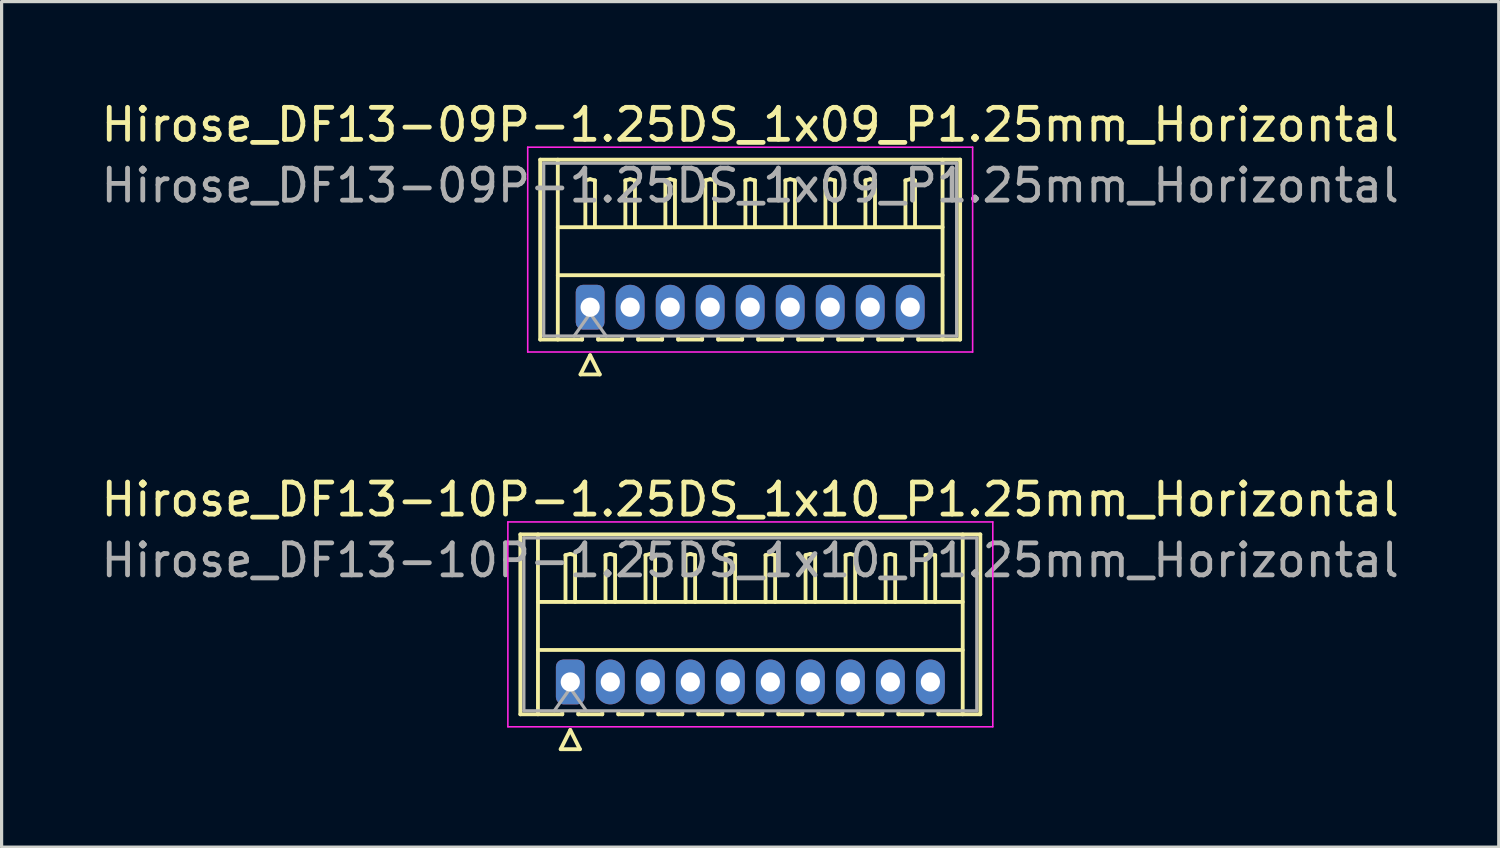
<source format=kicad_pcb>
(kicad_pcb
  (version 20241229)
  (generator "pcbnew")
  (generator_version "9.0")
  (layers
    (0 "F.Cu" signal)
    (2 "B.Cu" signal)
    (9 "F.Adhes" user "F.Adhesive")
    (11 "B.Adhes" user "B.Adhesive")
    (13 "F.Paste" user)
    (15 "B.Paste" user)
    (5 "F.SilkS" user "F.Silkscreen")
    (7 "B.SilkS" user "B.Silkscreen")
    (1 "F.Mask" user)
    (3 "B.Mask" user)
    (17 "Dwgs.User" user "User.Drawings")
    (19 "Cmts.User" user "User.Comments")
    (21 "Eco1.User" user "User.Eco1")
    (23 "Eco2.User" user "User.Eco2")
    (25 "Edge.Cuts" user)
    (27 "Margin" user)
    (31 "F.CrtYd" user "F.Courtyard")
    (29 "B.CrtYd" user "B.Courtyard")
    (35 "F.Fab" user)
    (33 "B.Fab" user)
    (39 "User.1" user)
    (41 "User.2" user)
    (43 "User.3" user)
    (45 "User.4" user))
  (footprint "Hirose_DF13-10P-1.25DS_1x10_P1.25mm_Horizontal"
    (layer "F.Cu")
    (at 14.767 18.256)
    (property "Reference" "Hirose_DF13-10P-1.25DS_1x10_P1.25mm_Horizontal" (at 5.62 -5.7 0) (layer "F.SilkS") (effects (font (size 1 1) (thickness 0.15))))
    (attr through_hole)
    (fp_line (start -1.56 -4.61) (end 12.81 -4.61) (stroke (width 0.12) (type solid)) (layer "F.SilkS"))
    (fp_line (start -1.56 1.01) (end -1.56 -4.61) (stroke (width 0.12) (type solid)) (layer "F.SilkS"))
    (fp_line (start -1.01 -4.61) (end -1.01 1.01) (stroke (width 0.12) (type solid)) (layer "F.SilkS"))
    (fp_line (start -1.01 -2.5) (end 12.26 -2.5) (stroke (width 0.12) (type solid)) (layer "F.SilkS"))
    (fp_line (start -1.01 -1) (end 12.26 -1) (stroke (width 0.12) (type solid)) (layer "F.SilkS"))
    (fp_line (start -0.3 2.1) (end 0.3 2.1) (stroke (width 0.12) (type solid)) (layer "F.SilkS"))
    (fp_line (start -0.25 0.96) (end -0.25 1.01) (stroke (width 0.12) (type solid)) (layer "F.SilkS"))
    (fp_line (start -0.25 1.01) (end -1.56 1.01) (stroke (width 0.12) (type solid)) (layer "F.SilkS"))
    (fp_line (start -0.15 -3.962) (end 0 -4) (stroke (width 0.12) (type solid)) (layer "F.SilkS"))
    (fp_line (start -0.15 -2.5) (end -0.15 -3.962) (stroke (width 0.12) (type solid)) (layer "F.SilkS"))
    (fp_line (start 0 -4) (end 0.15 -3.962) (stroke (width 0.12) (type solid)) (layer "F.SilkS"))
    (fp_line (start 0 1.5) (end -0.3 2.1) (stroke (width 0.12) (type solid)) (layer "F.SilkS"))
    (fp_line (start 0.15 -3.962) (end 0.15 -2.5) (stroke (width 0.12) (type solid)) (layer "F.SilkS"))
    (fp_line (start 0.25 0.96) (end 0.25 1.01) (stroke (width 0.12) (type solid)) (layer "F.SilkS"))
    (fp_line (start 0.25 1.01) (end 1 1.01) (stroke (width 0.12) (type solid)) (layer "F.SilkS"))
    (fp_line (start 0.3 2.1) (end 0 1.5) (stroke (width 0.12) (type solid)) (layer "F.SilkS"))
    (fp_line (start 1 1.01) (end 1 0.96) (stroke (width 0.12) (type solid)) (layer "F.SilkS"))
    (fp_line (start 1.1 -3.962) (end 1.25 -4) (stroke (width 0.12) (type solid)) (layer "F.SilkS"))
    (fp_line (start 1.1 -2.5) (end 1.1 -3.962) (stroke (width 0.12) (type solid)) (layer "F.SilkS"))
    (fp_line (start 1.25 -4) (end 1.4 -3.962) (stroke (width 0.12) (type solid)) (layer "F.SilkS"))
    (fp_line (start 1.4 -3.962) (end 1.4 -2.5) (stroke (width 0.12) (type solid)) (layer "F.SilkS"))
    (fp_line (start 1.5 0.96) (end 1.5 1.01) (stroke (width 0.12) (type solid)) (layer "F.SilkS"))
    (fp_line (start 1.5 1.01) (end 2.25 1.01) (stroke (width 0.12) (type solid)) (layer "F.SilkS"))
    (fp_line (start 2.25 1.01) (end 2.25 0.96) (stroke (width 0.12) (type solid)) (layer "F.SilkS"))
    (fp_line (start 2.35 -3.962) (end 2.5 -4) (stroke (width 0.12) (type solid)) (layer "F.SilkS"))
    (fp_line (start 2.35 -2.5) (end 2.35 -3.962) (stroke (width 0.12) (type solid)) (layer "F.SilkS"))
    (fp_line (start 2.5 -4) (end 2.65 -3.962) (stroke (width 0.12) (type solid)) (layer "F.SilkS"))
    (fp_line (start 2.65 -3.962) (end 2.65 -2.5) (stroke (width 0.12) (type solid)) (layer "F.SilkS"))
    (fp_line (start 2.75 0.96) (end 2.75 1.01) (stroke (width 0.12) (type solid)) (layer "F.SilkS"))
    (fp_line (start 2.75 1.01) (end 3.5 1.01) (stroke (width 0.12) (type solid)) (layer "F.SilkS"))
    (fp_line (start 3.5 1.01) (end 3.5 0.96) (stroke (width 0.12) (type solid)) (layer "F.SilkS"))
    (fp_line (start 3.6 -3.962) (end 3.75 -4) (stroke (width 0.12) (type solid)) (layer "F.SilkS"))
    (fp_line (start 3.6 -2.5) (end 3.6 -3.962) (stroke (width 0.12) (type solid)) (layer "F.SilkS"))
    (fp_line (start 3.75 -4) (end 3.9 -3.962) (stroke (width 0.12) (type solid)) (layer "F.SilkS"))
    (fp_line (start 3.9 -3.962) (end 3.9 -2.5) (stroke (width 0.12) (type solid)) (layer "F.SilkS"))
    (fp_line (start 4 0.96) (end 4 1.01) (stroke (width 0.12) (type solid)) (layer "F.SilkS"))
    (fp_line (start 4 1.01) (end 4.75 1.01) (stroke (width 0.12) (type solid)) (layer "F.SilkS"))
    (fp_line (start 4.75 1.01) (end 4.75 0.96) (stroke (width 0.12) (type solid)) (layer "F.SilkS"))
    (fp_line (start 4.85 -3.962) (end 5 -4) (stroke (width 0.12) (type solid)) (layer "F.SilkS"))
    (fp_line (start 4.85 -2.5) (end 4.85 -3.962) (stroke (width 0.12) (type solid)) (layer "F.SilkS"))
    (fp_line (start 5 -4) (end 5.15 -3.962) (stroke (width 0.12) (type solid)) (layer "F.SilkS"))
    (fp_line (start 5.15 -3.962) (end 5.15 -2.5) (stroke (width 0.12) (type solid)) (layer "F.SilkS"))
    (fp_line (start 5.25 0.96) (end 5.25 1.01) (stroke (width 0.12) (type solid)) (layer "F.SilkS"))
    (fp_line (start 5.25 1.01) (end 6 1.01) (stroke (width 0.12) (type solid)) (layer "F.SilkS"))
    (fp_line (start 6 1.01) (end 6 0.96) (stroke (width 0.12) (type solid)) (layer "F.SilkS"))
    (fp_line (start 6.1 -3.962) (end 6.25 -4) (stroke (width 0.12) (type solid)) (layer "F.SilkS"))
    (fp_line (start 6.1 -2.5) (end 6.1 -3.962) (stroke (width 0.12) (type solid)) (layer "F.SilkS"))
    (fp_line (start 6.25 -4) (end 6.4 -3.962) (stroke (width 0.12) (type solid)) (layer "F.SilkS"))
    (fp_line (start 6.4 -3.962) (end 6.4 -2.5) (stroke (width 0.12) (type solid)) (layer "F.SilkS"))
    (fp_line (start 6.5 0.96) (end 6.5 1.01) (stroke (width 0.12) (type solid)) (layer "F.SilkS"))
    (fp_line (start 6.5 1.01) (end 7.25 1.01) (stroke (width 0.12) (type solid)) (layer "F.SilkS"))
    (fp_line (start 7.25 1.01) (end 7.25 0.96) (stroke (width 0.12) (type solid)) (layer "F.SilkS"))
    (fp_line (start 7.35 -3.962) (end 7.5 -4) (stroke (width 0.12) (type solid)) (layer "F.SilkS"))
    (fp_line (start 7.35 -2.5) (end 7.35 -3.962) (stroke (width 0.12) (type solid)) (layer "F.SilkS"))
    (fp_line (start 7.5 -4) (end 7.65 -3.962) (stroke (width 0.12) (type solid)) (layer "F.SilkS"))
    (fp_line (start 7.65 -3.962) (end 7.65 -2.5) (stroke (width 0.12) (type solid)) (layer "F.SilkS"))
    (fp_line (start 7.75 0.96) (end 7.75 1.01) (stroke (width 0.12) (type solid)) (layer "F.SilkS"))
    (fp_line (start 7.75 1.01) (end 8.5 1.01) (stroke (width 0.12) (type solid)) (layer "F.SilkS"))
    (fp_line (start 8.5 1.01) (end 8.5 0.96) (stroke (width 0.12) (type solid)) (layer "F.SilkS"))
    (fp_line (start 8.6 -3.962) (end 8.75 -4) (stroke (width 0.12) (type solid)) (layer "F.SilkS"))
    (fp_line (start 8.6 -2.5) (end 8.6 -3.962) (stroke (width 0.12) (type solid)) (layer "F.SilkS"))
    (fp_line (start 8.75 -4) (end 8.9 -3.962) (stroke (width 0.12) (type solid)) (layer "F.SilkS"))
    (fp_line (start 8.9 -3.962) (end 8.9 -2.5) (stroke (width 0.12) (type solid)) (layer "F.SilkS"))
    (fp_line (start 9 0.96) (end 9 1.01) (stroke (width 0.12) (type solid)) (layer "F.SilkS"))
    (fp_line (start 9 1.01) (end 9.75 1.01) (stroke (width 0.12) (type solid)) (layer "F.SilkS"))
    (fp_line (start 9.75 1.01) (end 9.75 0.96) (stroke (width 0.12) (type solid)) (layer "F.SilkS"))
    (fp_line (start 9.85 -3.962) (end 10 -4) (stroke (width 0.12) (type solid)) (layer "F.SilkS"))
    (fp_line (start 9.85 -2.5) (end 9.85 -3.962) (stroke (width 0.12) (type solid)) (layer "F.SilkS"))
    (fp_line (start 10 -4) (end 10.15 -3.962) (stroke (width 0.12) (type solid)) (layer "F.SilkS"))
    (fp_line (start 10.15 -3.962) (end 10.15 -2.5) (stroke (width 0.12) (type solid)) (layer "F.SilkS"))
    (fp_line (start 10.25 0.96) (end 10.25 1.01) (stroke (width 0.12) (type solid)) (layer "F.SilkS"))
    (fp_line (start 10.25 1.01) (end 11 1.01) (stroke (width 0.12) (type solid)) (layer "F.SilkS"))
    (fp_line (start 11 1.01) (end 11 0.96) (stroke (width 0.12) (type solid)) (layer "F.SilkS"))
    (fp_line (start 11.1 -3.962) (end 11.25 -4) (stroke (width 0.12) (type solid)) (layer "F.SilkS"))
    (fp_line (start 11.1 -2.5) (end 11.1 -3.962) (stroke (width 0.12) (type solid)) (layer "F.SilkS"))
    (fp_line (start 11.25 -4) (end 11.4 -3.962) (stroke (width 0.12) (type solid)) (layer "F.SilkS"))
    (fp_line (start 11.4 -3.962) (end 11.4 -2.5) (stroke (width 0.12) (type solid)) (layer "F.SilkS"))
    (fp_line (start 11.5 1.01) (end 11.5 0.96) (stroke (width 0.12) (type solid)) (layer "F.SilkS"))
    (fp_line (start 12.26 -4.61) (end 12.26 1.01) (stroke (width 0.12) (type solid)) (layer "F.SilkS"))
    (fp_line (start 12.81 -4.61) (end 12.81 1.01) (stroke (width 0.12) (type solid)) (layer "F.SilkS"))
    (fp_line (start 12.81 1.01) (end 11.5 1.01) (stroke (width 0.12) (type solid)) (layer "F.SilkS"))
    (fp_line (start -1.95 -5) (end -1.95 1.4) (stroke (width 0.05) (type solid)) (layer "F.CrtYd"))
    (fp_line (start -1.95 1.4) (end 13.2 1.4) (stroke (width 0.05) (type solid)) (layer "F.CrtYd"))
    (fp_line (start 13.2 -5) (end -1.95 -5) (stroke (width 0.05) (type solid)) (layer "F.CrtYd"))
    (fp_line (start 13.2 1.4) (end 13.2 -5) (stroke (width 0.05) (type solid)) (layer "F.CrtYd"))
    (fp_line (start -1.45 -4.5) (end -1.45 0.9) (stroke (width 0.1) (type solid)) (layer "F.Fab"))
    (fp_line (start -1.45 0.9) (end 12.7 0.9) (stroke (width 0.1) (type solid)) (layer "F.Fab"))
    (fp_line (start -0.5 0.9) (end 0 0.193) (stroke (width 0.1) (type solid)) (layer "F.Fab"))
    (fp_line (start 0 0.193) (end 0.5 0.9) (stroke (width 0.1) (type solid)) (layer "F.Fab"))
    (fp_line (start 12.7 -4.5) (end -1.45 -4.5) (stroke (width 0.1) (type solid)) (layer "F.Fab"))
    (fp_line (start 12.7 0.9) (end 12.7 -4.5) (stroke (width 0.1) (type solid)) (layer "F.Fab"))
    (fp_text user "${REFERENCE}" (at 5.62 -3.8 0) (layer "F.Fab") (effects (font (size 1 1) (thickness 0.15))))
    (pad "1" thru_hole roundrect (at 0 0) (size 0.9 1.4) (drill 0.6) (layers "*.Cu" "*.Mask") (roundrect_rratio 0.25))
    (pad "2" thru_hole oval (at 1.25 0) (size 0.9 1.4) (drill 0.6) (layers "*.Cu" "*.Mask"))
    (pad "3" thru_hole oval (at 2.5 0) (size 0.9 1.4) (drill 0.6) (layers "*.Cu" "*.Mask"))
    (pad "4" thru_hole oval (at 3.75 0) (size 0.9 1.4) (drill 0.6) (layers "*.Cu" "*.Mask"))
    (pad "5" thru_hole oval (at 5 0) (size 0.9 1.4) (drill 0.6) (layers "*.Cu" "*.Mask"))
    (pad "6" thru_hole oval (at 6.25 0) (size 0.9 1.4) (drill 0.6) (layers "*.Cu" "*.Mask"))
    (pad "7" thru_hole oval (at 7.5 0) (size 0.9 1.4) (drill 0.6) (layers "*.Cu" "*.Mask"))
    (pad "8" thru_hole oval (at 8.75 0) (size 0.9 1.4) (drill 0.6) (layers "*.Cu" "*.Mask"))
    (pad "9" thru_hole oval (at 10 0) (size 0.9 1.4) (drill 0.6) (layers "*.Cu" "*.Mask"))
    (pad "10" thru_hole oval (at 11.25 0) (size 0.9 1.4) (drill 0.6) (layers "*.Cu" "*.Mask")))
  (footprint "Hirose_DF13-09P-1.25DS_1x09_P1.25mm_Horizontal"
    (layer "F.Cu")
    (at 15.387 6.548)
    (property "Reference" "Hirose_DF13-09P-1.25DS_1x09_P1.25mm_Horizontal" (at 5 -5.7 0) (layer "F.SilkS") (effects (font (size 1 1) (thickness 0.15))))
    (attr through_hole)
    (fp_line (start -1.56 -4.61) (end 11.56 -4.61) (stroke (width 0.12) (type solid)) (layer "F.SilkS"))
    (fp_line (start -1.56 1.01) (end -1.56 -4.61) (stroke (width 0.12) (type solid)) (layer "F.SilkS"))
    (fp_line (start -1.01 -4.61) (end -1.01 1.01) (stroke (width 0.12) (type solid)) (layer "F.SilkS"))
    (fp_line (start -1.01 -2.5) (end 11.01 -2.5) (stroke (width 0.12) (type solid)) (layer "F.SilkS"))
    (fp_line (start -1.01 -1) (end 11.01 -1) (stroke (width 0.12) (type solid)) (layer "F.SilkS"))
    (fp_line (start -0.3 2.1) (end 0.3 2.1) (stroke (width 0.12) (type solid)) (layer "F.SilkS"))
    (fp_line (start -0.25 0.96) (end -0.25 1.01) (stroke (width 0.12) (type solid)) (layer "F.SilkS"))
    (fp_line (start -0.25 1.01) (end -1.56 1.01) (stroke (width 0.12) (type solid)) (layer "F.SilkS"))
    (fp_line (start -0.15 -3.962) (end 0 -4) (stroke (width 0.12) (type solid)) (layer "F.SilkS"))
    (fp_line (start -0.15 -2.5) (end -0.15 -3.962) (stroke (width 0.12) (type solid)) (layer "F.SilkS"))
    (fp_line (start 0 -4) (end 0.15 -3.962) (stroke (width 0.12) (type solid)) (layer "F.SilkS"))
    (fp_line (start 0 1.5) (end -0.3 2.1) (stroke (width 0.12) (type solid)) (layer "F.SilkS"))
    (fp_line (start 0.15 -3.962) (end 0.15 -2.5) (stroke (width 0.12) (type solid)) (layer "F.SilkS"))
    (fp_line (start 0.25 0.96) (end 0.25 1.01) (stroke (width 0.12) (type solid)) (layer "F.SilkS"))
    (fp_line (start 0.25 1.01) (end 1 1.01) (stroke (width 0.12) (type solid)) (layer "F.SilkS"))
    (fp_line (start 0.3 2.1) (end 0 1.5) (stroke (width 0.12) (type solid)) (layer "F.SilkS"))
    (fp_line (start 1 1.01) (end 1 0.96) (stroke (width 0.12) (type solid)) (layer "F.SilkS"))
    (fp_line (start 1.1 -3.962) (end 1.25 -4) (stroke (width 0.12) (type solid)) (layer "F.SilkS"))
    (fp_line (start 1.1 -2.5) (end 1.1 -3.962) (stroke (width 0.12) (type solid)) (layer "F.SilkS"))
    (fp_line (start 1.25 -4) (end 1.4 -3.962) (stroke (width 0.12) (type solid)) (layer "F.SilkS"))
    (fp_line (start 1.4 -3.962) (end 1.4 -2.5) (stroke (width 0.12) (type solid)) (layer "F.SilkS"))
    (fp_line (start 1.5 0.96) (end 1.5 1.01) (stroke (width 0.12) (type solid)) (layer "F.SilkS"))
    (fp_line (start 1.5 1.01) (end 2.25 1.01) (stroke (width 0.12) (type solid)) (layer "F.SilkS"))
    (fp_line (start 2.25 1.01) (end 2.25 0.96) (stroke (width 0.12) (type solid)) (layer "F.SilkS"))
    (fp_line (start 2.35 -3.962) (end 2.5 -4) (stroke (width 0.12) (type solid)) (layer "F.SilkS"))
    (fp_line (start 2.35 -2.5) (end 2.35 -3.962) (stroke (width 0.12) (type solid)) (layer "F.SilkS"))
    (fp_line (start 2.5 -4) (end 2.65 -3.962) (stroke (width 0.12) (type solid)) (layer "F.SilkS"))
    (fp_line (start 2.65 -3.962) (end 2.65 -2.5) (stroke (width 0.12) (type solid)) (layer "F.SilkS"))
    (fp_line (start 2.75 0.96) (end 2.75 1.01) (stroke (width 0.12) (type solid)) (layer "F.SilkS"))
    (fp_line (start 2.75 1.01) (end 3.5 1.01) (stroke (width 0.12) (type solid)) (layer "F.SilkS"))
    (fp_line (start 3.5 1.01) (end 3.5 0.96) (stroke (width 0.12) (type solid)) (layer "F.SilkS"))
    (fp_line (start 3.6 -3.962) (end 3.75 -4) (stroke (width 0.12) (type solid)) (layer "F.SilkS"))
    (fp_line (start 3.6 -2.5) (end 3.6 -3.962) (stroke (width 0.12) (type solid)) (layer "F.SilkS"))
    (fp_line (start 3.75 -4) (end 3.9 -3.962) (stroke (width 0.12) (type solid)) (layer "F.SilkS"))
    (fp_line (start 3.9 -3.962) (end 3.9 -2.5) (stroke (width 0.12) (type solid)) (layer "F.SilkS"))
    (fp_line (start 4 0.96) (end 4 1.01) (stroke (width 0.12) (type solid)) (layer "F.SilkS"))
    (fp_line (start 4 1.01) (end 4.75 1.01) (stroke (width 0.12) (type solid)) (layer "F.SilkS"))
    (fp_line (start 4.75 1.01) (end 4.75 0.96) (stroke (width 0.12) (type solid)) (layer "F.SilkS"))
    (fp_line (start 4.85 -3.962) (end 5 -4) (stroke (width 0.12) (type solid)) (layer "F.SilkS"))
    (fp_line (start 4.85 -2.5) (end 4.85 -3.962) (stroke (width 0.12) (type solid)) (layer "F.SilkS"))
    (fp_line (start 5 -4) (end 5.15 -3.962) (stroke (width 0.12) (type solid)) (layer "F.SilkS"))
    (fp_line (start 5.15 -3.962) (end 5.15 -2.5) (stroke (width 0.12) (type solid)) (layer "F.SilkS"))
    (fp_line (start 5.25 0.96) (end 5.25 1.01) (stroke (width 0.12) (type solid)) (layer "F.SilkS"))
    (fp_line (start 5.25 1.01) (end 6 1.01) (stroke (width 0.12) (type solid)) (layer "F.SilkS"))
    (fp_line (start 6 1.01) (end 6 0.96) (stroke (width 0.12) (type solid)) (layer "F.SilkS"))
    (fp_line (start 6.1 -3.962) (end 6.25 -4) (stroke (width 0.12) (type solid)) (layer "F.SilkS"))
    (fp_line (start 6.1 -2.5) (end 6.1 -3.962) (stroke (width 0.12) (type solid)) (layer "F.SilkS"))
    (fp_line (start 6.25 -4) (end 6.4 -3.962) (stroke (width 0.12) (type solid)) (layer "F.SilkS"))
    (fp_line (start 6.4 -3.962) (end 6.4 -2.5) (stroke (width 0.12) (type solid)) (layer "F.SilkS"))
    (fp_line (start 6.5 0.96) (end 6.5 1.01) (stroke (width 0.12) (type solid)) (layer "F.SilkS"))
    (fp_line (start 6.5 1.01) (end 7.25 1.01) (stroke (width 0.12) (type solid)) (layer "F.SilkS"))
    (fp_line (start 7.25 1.01) (end 7.25 0.96) (stroke (width 0.12) (type solid)) (layer "F.SilkS"))
    (fp_line (start 7.35 -3.962) (end 7.5 -4) (stroke (width 0.12) (type solid)) (layer "F.SilkS"))
    (fp_line (start 7.35 -2.5) (end 7.35 -3.962) (stroke (width 0.12) (type solid)) (layer "F.SilkS"))
    (fp_line (start 7.5 -4) (end 7.65 -3.962) (stroke (width 0.12) (type solid)) (layer "F.SilkS"))
    (fp_line (start 7.65 -3.962) (end 7.65 -2.5) (stroke (width 0.12) (type solid)) (layer "F.SilkS"))
    (fp_line (start 7.75 0.96) (end 7.75 1.01) (stroke (width 0.12) (type solid)) (layer "F.SilkS"))
    (fp_line (start 7.75 1.01) (end 8.5 1.01) (stroke (width 0.12) (type solid)) (layer "F.SilkS"))
    (fp_line (start 8.5 1.01) (end 8.5 0.96) (stroke (width 0.12) (type solid)) (layer "F.SilkS"))
    (fp_line (start 8.6 -3.962) (end 8.75 -4) (stroke (width 0.12) (type solid)) (layer "F.SilkS"))
    (fp_line (start 8.6 -2.5) (end 8.6 -3.962) (stroke (width 0.12) (type solid)) (layer "F.SilkS"))
    (fp_line (start 8.75 -4) (end 8.9 -3.962) (stroke (width 0.12) (type solid)) (layer "F.SilkS"))
    (fp_line (start 8.9 -3.962) (end 8.9 -2.5) (stroke (width 0.12) (type solid)) (layer "F.SilkS"))
    (fp_line (start 9 0.96) (end 9 1.01) (stroke (width 0.12) (type solid)) (layer "F.SilkS"))
    (fp_line (start 9 1.01) (end 9.75 1.01) (stroke (width 0.12) (type solid)) (layer "F.SilkS"))
    (fp_line (start 9.75 1.01) (end 9.75 0.96) (stroke (width 0.12) (type solid)) (layer "F.SilkS"))
    (fp_line (start 9.85 -3.962) (end 10 -4) (stroke (width 0.12) (type solid)) (layer "F.SilkS"))
    (fp_line (start 9.85 -2.5) (end 9.85 -3.962) (stroke (width 0.12) (type solid)) (layer "F.SilkS"))
    (fp_line (start 10 -4) (end 10.15 -3.962) (stroke (width 0.12) (type solid)) (layer "F.SilkS"))
    (fp_line (start 10.15 -3.962) (end 10.15 -2.5) (stroke (width 0.12) (type solid)) (layer "F.SilkS"))
    (fp_line (start 10.25 1.01) (end 10.25 0.96) (stroke (width 0.12) (type solid)) (layer "F.SilkS"))
    (fp_line (start 11.01 -4.61) (end 11.01 1.01) (stroke (width 0.12) (type solid)) (layer "F.SilkS"))
    (fp_line (start 11.56 -4.61) (end 11.56 1.01) (stroke (width 0.12) (type solid)) (layer "F.SilkS"))
    (fp_line (start 11.56 1.01) (end 10.25 1.01) (stroke (width 0.12) (type solid)) (layer "F.SilkS"))
    (fp_line (start -1.95 -5) (end -1.95 1.4) (stroke (width 0.05) (type solid)) (layer "F.CrtYd"))
    (fp_line (start -1.95 1.4) (end 11.95 1.4) (stroke (width 0.05) (type solid)) (layer "F.CrtYd"))
    (fp_line (start 11.95 -5) (end -1.95 -5) (stroke (width 0.05) (type solid)) (layer "F.CrtYd"))
    (fp_line (start 11.95 1.4) (end 11.95 -5) (stroke (width 0.05) (type solid)) (layer "F.CrtYd"))
    (fp_line (start -1.45 -4.5) (end -1.45 0.9) (stroke (width 0.1) (type solid)) (layer "F.Fab"))
    (fp_line (start -1.45 0.9) (end 11.45 0.9) (stroke (width 0.1) (type solid)) (layer "F.Fab"))
    (fp_line (start -0.5 0.9) (end 0 0.193) (stroke (width 0.1) (type solid)) (layer "F.Fab"))
    (fp_line (start 0 0.193) (end 0.5 0.9) (stroke (width 0.1) (type solid)) (layer "F.Fab"))
    (fp_line (start 11.45 -4.5) (end -1.45 -4.5) (stroke (width 0.1) (type solid)) (layer "F.Fab"))
    (fp_line (start 11.45 0.9) (end 11.45 -4.5) (stroke (width 0.1) (type solid)) (layer "F.Fab"))
    (fp_text user "${REFERENCE}" (at 5 -3.8 0) (layer "F.Fab") (effects (font (size 1 1) (thickness 0.15))))
    (pad "1" thru_hole roundrect (at 0 0) (size 0.9 1.4) (drill 0.6) (layers "*.Cu" "*.Mask") (roundrect_rratio 0.25))
    (pad "2" thru_hole oval (at 1.25 0) (size 0.9 1.4) (drill 0.6) (layers "*.Cu" "*.Mask"))
    (pad "3" thru_hole oval (at 2.5 0) (size 0.9 1.4) (drill 0.6) (layers "*.Cu" "*.Mask"))
    (pad "4" thru_hole oval (at 3.75 0) (size 0.9 1.4) (drill 0.6) (layers "*.Cu" "*.Mask"))
    (pad "5" thru_hole oval (at 5 0) (size 0.9 1.4) (drill 0.6) (layers "*.Cu" "*.Mask"))
    (pad "6" thru_hole oval (at 6.25 0) (size 0.9 1.4) (drill 0.6) (layers "*.Cu" "*.Mask"))
    (pad "7" thru_hole oval (at 7.5 0) (size 0.9 1.4) (drill 0.6) (layers "*.Cu" "*.Mask"))
    (pad "8" thru_hole oval (at 8.75 0) (size 0.9 1.4) (drill 0.6) (layers "*.Cu" "*.Mask"))
    (pad "9" thru_hole oval (at 10 0) (size 0.9 1.4) (drill 0.6) (layers "*.Cu" "*.Mask")))
  (gr_rect
    (start -3 -3)
    (end 43.774 23.416)
    (stroke (width 0.1) (type default))
    (fill no)
    (layer "Edge.Cuts")))
</source>
